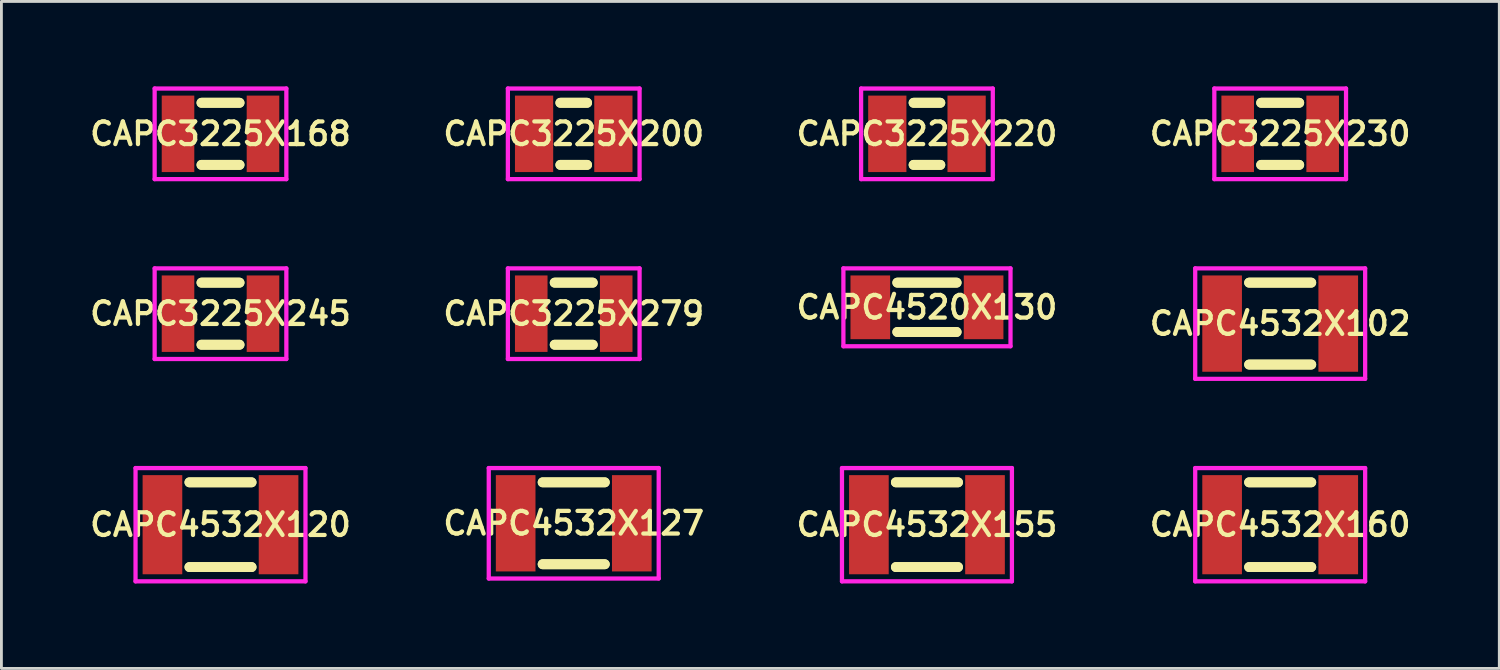
<source format=kicad_pcb>
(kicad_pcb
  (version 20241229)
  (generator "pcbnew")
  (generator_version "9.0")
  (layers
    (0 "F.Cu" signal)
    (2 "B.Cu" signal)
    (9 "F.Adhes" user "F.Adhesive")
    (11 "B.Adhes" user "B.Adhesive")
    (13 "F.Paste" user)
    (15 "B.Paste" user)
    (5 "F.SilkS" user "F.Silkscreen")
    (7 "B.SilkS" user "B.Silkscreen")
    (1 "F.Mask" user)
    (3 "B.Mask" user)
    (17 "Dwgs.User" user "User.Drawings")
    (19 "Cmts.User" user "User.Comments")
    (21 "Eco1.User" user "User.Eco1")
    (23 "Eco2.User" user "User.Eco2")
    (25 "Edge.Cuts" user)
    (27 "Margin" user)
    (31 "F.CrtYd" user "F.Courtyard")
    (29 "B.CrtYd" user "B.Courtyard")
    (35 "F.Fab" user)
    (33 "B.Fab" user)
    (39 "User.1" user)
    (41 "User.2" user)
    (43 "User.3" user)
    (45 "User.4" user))
  (footprint "CAPC4520X130"
    (layer "F.Cu")
    (at 29.677 7.8)
    (property "Reference" "CAPC4520X130" (at 0 0 0) (layer "F.SilkS") (effects (font (size 0.8 0.8) (thickness 0.15))))
    (attr smd)
    (fp_line (start -1.046 -0.871) (end 1.046 -0.871) (stroke (width 0.35) (type solid)) (layer "F.SilkS"))
    (fp_line (start -1.046 0.871) (end 1.046 0.871) (stroke (width 0.35) (type solid)) (layer "F.SilkS"))
    (fp_line (start 1.046 -0.871) (end -1.046 -0.871) (stroke (width 0.35) (type solid)) (layer "F.SilkS"))
    (fp_line (start 1.046 0.871) (end -1.046 0.871) (stroke (width 0.35) (type solid)) (layer "F.SilkS"))
    (fp_line (start -2.95 -1.375) (end 2.95 -1.375) (stroke (width 0.15) (type solid)) (layer "F.CrtYd"))
    (fp_line (start -2.95 1.375) (end -2.95 -1.375) (stroke (width 0.15) (type solid)) (layer "F.CrtYd"))
    (fp_line (start 2.95 -1.375) (end 2.95 1.375) (stroke (width 0.15) (type solid)) (layer "F.CrtYd"))
    (fp_line (start 2.95 1.375) (end -2.95 1.375) (stroke (width 0.15) (type solid)) (layer "F.CrtYd"))
    (pad "1" smd rect (at -2 0) (size 1.4 2.25) (layers "F.Cu" "F.Mask" "F.Paste"))
    (pad "2" smd rect (at 2 0) (size 1.4 2.25) (layers "F.Cu" "F.Mask" "F.Paste")))
  (footprint "CAPC3225X200"
    (layer "F.Cu")
    (at 17.206 1.675)
    (property "Reference" "CAPC3225X200" (at 0 0 0) (layer "F.SilkS") (effects (font (size 0.8 0.8) (thickness 0.15))))
    (attr smd)
    (fp_line (start -0.471 -1.096) (end 0.471 -1.096) (stroke (width 0.35) (type solid)) (layer "F.SilkS"))
    (fp_line (start -0.471 1.096) (end 0.471 1.096) (stroke (width 0.35) (type solid)) (layer "F.SilkS"))
    (fp_line (start 0.471 -1.096) (end -0.471 -1.096) (stroke (width 0.35) (type solid)) (layer "F.SilkS"))
    (fp_line (start 0.471 1.096) (end -0.471 1.096) (stroke (width 0.35) (type solid)) (layer "F.SilkS"))
    (fp_line (start -2.325 -1.6) (end 2.325 -1.6) (stroke (width 0.15) (type solid)) (layer "F.CrtYd"))
    (fp_line (start -2.325 1.6) (end -2.325 -1.6) (stroke (width 0.15) (type solid)) (layer "F.CrtYd"))
    (fp_line (start 2.325 -1.6) (end 2.325 1.6) (stroke (width 0.15) (type solid)) (layer "F.CrtYd"))
    (fp_line (start 2.325 1.6) (end -2.325 1.6) (stroke (width 0.15) (type solid)) (layer "F.CrtYd"))
    (pad "1" smd rect (at -1.4 0) (size 1.35 2.7) (layers "F.Cu" "F.Mask" "F.Paste"))
    (pad "2" smd rect (at 1.4 0) (size 1.35 2.7) (layers "F.Cu" "F.Mask" "F.Paste")))
  (footprint "CAPC4532X127"
    (layer "F.Cu")
    (at 17.206 15.425)
    (property "Reference" "CAPC4532X127" (at 0 0 0) (layer "F.SilkS") (effects (font (size 0.8 0.8) (thickness 0.15))))
    (attr through_hole)
    (fp_line (start -1.096 -1.446) (end 1.096 -1.446) (stroke (width 0.35) (type solid)) (layer "F.SilkS"))
    (fp_line (start -1.096 1.446) (end 1.096 1.446) (stroke (width 0.35) (type solid)) (layer "F.SilkS"))
    (fp_line (start 1.096 -1.446) (end -1.096 -1.446) (stroke (width 0.35) (type solid)) (layer "F.SilkS"))
    (fp_line (start 1.096 1.446) (end -1.096 1.446) (stroke (width 0.35) (type solid)) (layer "F.SilkS"))
    (fp_line (start -3 -1.95) (end 3 -1.95) (stroke (width 0.15) (type solid)) (layer "F.CrtYd"))
    (fp_line (start -3 1.95) (end -3 -1.95) (stroke (width 0.15) (type solid)) (layer "F.CrtYd"))
    (fp_line (start 3 -1.95) (end 3 1.95) (stroke (width 0.15) (type solid)) (layer "F.CrtYd"))
    (fp_line (start 3 1.95) (end -3 1.95) (stroke (width 0.15) (type solid)) (layer "F.CrtYd"))
    (pad "1" smd rect (at -2.05 0) (size 1.4 3.4) (layers "F.Cu" "F.Mask" "F.Paste"))
    (pad "2" smd rect (at 2.05 0) (size 1.4 3.4) (layers "F.Cu" "F.Mask" "F.Paste")))
  (footprint "CAPC4532X155"
    (layer "F.Cu")
    (at 29.677 15.475)
    (property "Reference" "CAPC4532X155" (at 0 0 0) (layer "F.SilkS") (effects (font (size 0.8 0.8) (thickness 0.15))))
    (attr through_hole)
    (fp_line (start -1.096 -1.496) (end 1.096 -1.496) (stroke (width 0.35) (type solid)) (layer "F.SilkS"))
    (fp_line (start -1.096 1.496) (end 1.096 1.496) (stroke (width 0.35) (type solid)) (layer "F.SilkS"))
    (fp_line (start 1.096 -1.496) (end -1.096 -1.496) (stroke (width 0.35) (type solid)) (layer "F.SilkS"))
    (fp_line (start 1.096 1.496) (end -1.096 1.496) (stroke (width 0.35) (type solid)) (layer "F.SilkS"))
    (fp_line (start -3 -2) (end 3 -2) (stroke (width 0.15) (type solid)) (layer "F.CrtYd"))
    (fp_line (start -3 2) (end -3 -2) (stroke (width 0.15) (type solid)) (layer "F.CrtYd"))
    (fp_line (start 3 -2) (end 3 2) (stroke (width 0.15) (type solid)) (layer "F.CrtYd"))
    (fp_line (start 3 2) (end -3 2) (stroke (width 0.15) (type solid)) (layer "F.CrtYd"))
    (pad "1" smd rect (at -2.05 0) (size 1.4 3.5) (layers "F.Cu" "F.Mask" "F.Paste"))
    (pad "2" smd rect (at 2.05 0) (size 1.4 3.5) (layers "F.Cu" "F.Mask" "F.Paste")))
  (footprint "CAPC3225X245"
    (layer "F.Cu")
    (at 4.735 8.025)
    (property "Reference" "CAPC3225X245" (at 0 0 0) (layer "F.SilkS") (effects (font (size 0.8 0.8) (thickness 0.15))))
    (attr smd)
    (fp_line (start -0.671 -1.096) (end 0.671 -1.096) (stroke (width 0.35) (type solid)) (layer "F.SilkS"))
    (fp_line (start -0.671 1.096) (end 0.671 1.096) (stroke (width 0.35) (type solid)) (layer "F.SilkS"))
    (fp_line (start 0.671 -1.096) (end -0.671 -1.096) (stroke (width 0.35) (type solid)) (layer "F.SilkS"))
    (fp_line (start 0.671 1.096) (end -0.671 1.096) (stroke (width 0.35) (type solid)) (layer "F.SilkS"))
    (fp_line (start -2.325 -1.6) (end 2.325 -1.6) (stroke (width 0.15) (type solid)) (layer "F.CrtYd"))
    (fp_line (start -2.325 1.6) (end -2.325 -1.6) (stroke (width 0.15) (type solid)) (layer "F.CrtYd"))
    (fp_line (start 2.325 -1.6) (end 2.325 1.6) (stroke (width 0.15) (type solid)) (layer "F.CrtYd"))
    (fp_line (start 2.325 1.6) (end -2.325 1.6) (stroke (width 0.15) (type solid)) (layer "F.CrtYd"))
    (pad "1" smd rect (at -1.5 0) (size 1.15 2.7) (layers "F.Cu" "F.Mask" "F.Paste"))
    (pad "2" smd rect (at 1.5 0) (size 1.15 2.7) (layers "F.Cu" "F.Mask" "F.Paste")))
  (footprint "CAPC3225X279"
    (layer "F.Cu")
    (at 17.206 8.025)
    (property "Reference" "CAPC3225X279" (at 0 0 0) (layer "F.SilkS") (effects (font (size 0.8 0.8) (thickness 0.15))))
    (attr smd)
    (fp_line (start -0.671 -1.096) (end 0.671 -1.096) (stroke (width 0.35) (type solid)) (layer "F.SilkS"))
    (fp_line (start -0.671 1.096) (end 0.671 1.096) (stroke (width 0.35) (type solid)) (layer "F.SilkS"))
    (fp_line (start 0.671 -1.096) (end -0.671 -1.096) (stroke (width 0.35) (type solid)) (layer "F.SilkS"))
    (fp_line (start 0.671 1.096) (end -0.671 1.096) (stroke (width 0.35) (type solid)) (layer "F.SilkS"))
    (fp_line (start -2.325 -1.6) (end 2.325 -1.6) (stroke (width 0.15) (type solid)) (layer "F.CrtYd"))
    (fp_line (start -2.325 1.6) (end -2.325 -1.6) (stroke (width 0.15) (type solid)) (layer "F.CrtYd"))
    (fp_line (start 2.325 -1.6) (end 2.325 1.6) (stroke (width 0.15) (type solid)) (layer "F.CrtYd"))
    (fp_line (start 2.325 1.6) (end -2.325 1.6) (stroke (width 0.15) (type solid)) (layer "F.CrtYd"))
    (pad "1" smd rect (at -1.5 0) (size 1.15 2.7) (layers "F.Cu" "F.Mask" "F.Paste"))
    (pad "2" smd rect (at 1.5 0) (size 1.15 2.7) (layers "F.Cu" "F.Mask" "F.Paste")))
  (footprint "CAPC3225X220"
    (layer "F.Cu")
    (at 29.677 1.675)
    (property "Reference" "CAPC3225X220" (at 0 0 0) (layer "F.SilkS") (effects (font (size 0.8 0.8) (thickness 0.15))))
    (attr through_hole)
    (fp_line (start -0.471 -1.096) (end 0.471 -1.096) (stroke (width 0.35) (type solid)) (layer "F.SilkS"))
    (fp_line (start -0.471 1.096) (end 0.471 1.096) (stroke (width 0.35) (type solid)) (layer "F.SilkS"))
    (fp_line (start 0.471 -1.096) (end -0.471 -1.096) (stroke (width 0.35) (type solid)) (layer "F.SilkS"))
    (fp_line (start 0.471 1.096) (end -0.471 1.096) (stroke (width 0.35) (type solid)) (layer "F.SilkS"))
    (fp_line (start -2.325 -1.6) (end 2.325 -1.6) (stroke (width 0.15) (type solid)) (layer "F.CrtYd"))
    (fp_line (start -2.325 1.6) (end -2.325 -1.6) (stroke (width 0.15) (type solid)) (layer "F.CrtYd"))
    (fp_line (start 2.325 -1.6) (end 2.325 1.6) (stroke (width 0.15) (type solid)) (layer "F.CrtYd"))
    (fp_line (start 2.325 1.6) (end -2.325 1.6) (stroke (width 0.15) (type solid)) (layer "F.CrtYd"))
    (pad "1" smd rect (at -1.4 0) (size 1.35 2.7) (layers "F.Cu" "F.Mask" "F.Paste"))
    (pad "2" smd rect (at 1.4 0) (size 1.35 2.7) (layers "F.Cu" "F.Mask" "F.Paste")))
  (footprint "CAPC4532X160"
    (layer "F.Cu")
    (at 42.148 15.475)
    (property "Reference" "CAPC4532X160" (at 0 0 0) (layer "F.SilkS") (effects (font (size 0.8 0.8) (thickness 0.15))))
    (attr through_hole)
    (fp_line (start -1.096 -1.496) (end 1.096 -1.496) (stroke (width 0.35) (type solid)) (layer "F.SilkS"))
    (fp_line (start -1.096 1.496) (end 1.096 1.496) (stroke (width 0.35) (type solid)) (layer "F.SilkS"))
    (fp_line (start 1.096 -1.496) (end -1.096 -1.496) (stroke (width 0.35) (type solid)) (layer "F.SilkS"))
    (fp_line (start 1.096 1.496) (end -1.096 1.496) (stroke (width 0.35) (type solid)) (layer "F.SilkS"))
    (fp_line (start -3 -2) (end 3 -2) (stroke (width 0.15) (type solid)) (layer "F.CrtYd"))
    (fp_line (start -3 2) (end -3 -2) (stroke (width 0.15) (type solid)) (layer "F.CrtYd"))
    (fp_line (start 3 -2) (end 3 2) (stroke (width 0.15) (type solid)) (layer "F.CrtYd"))
    (fp_line (start 3 2) (end -3 2) (stroke (width 0.15) (type solid)) (layer "F.CrtYd"))
    (pad "1" smd rect (at -2.05 0) (size 1.4 3.5) (layers "F.Cu" "F.Mask" "F.Paste"))
    (pad "2" smd rect (at 2.05 0) (size 1.4 3.5) (layers "F.Cu" "F.Mask" "F.Paste")))
  (footprint "CAPC4532X120"
    (layer "F.Cu")
    (at 4.735 15.475)
    (property "Reference" "CAPC4532X120" (at 0 0 0) (layer "F.SilkS") (effects (font (size 0.8 0.8) (thickness 0.15))))
    (attr through_hole)
    (fp_line (start -1.096 -1.496) (end 1.096 -1.496) (stroke (width 0.35) (type solid)) (layer "F.SilkS"))
    (fp_line (start -1.096 1.496) (end 1.096 1.496) (stroke (width 0.35) (type solid)) (layer "F.SilkS"))
    (fp_line (start 1.096 -1.496) (end -1.096 -1.496) (stroke (width 0.35) (type solid)) (layer "F.SilkS"))
    (fp_line (start 1.096 1.496) (end -1.096 1.496) (stroke (width 0.35) (type solid)) (layer "F.SilkS"))
    (fp_line (start -3 -2) (end 3 -2) (stroke (width 0.15) (type solid)) (layer "F.CrtYd"))
    (fp_line (start -3 2) (end -3 -2) (stroke (width 0.15) (type solid)) (layer "F.CrtYd"))
    (fp_line (start 3 -2) (end 3 2) (stroke (width 0.15) (type solid)) (layer "F.CrtYd"))
    (fp_line (start 3 2) (end -3 2) (stroke (width 0.15) (type solid)) (layer "F.CrtYd"))
    (pad "1" smd rect (at -2.05 0) (size 1.4 3.5) (layers "F.Cu" "F.Mask" "F.Paste"))
    (pad "2" smd rect (at 2.05 0) (size 1.4 3.5) (layers "F.Cu" "F.Mask" "F.Paste")))
  (footprint "CAPC4532X102"
    (layer "F.Cu")
    (at 42.148 8.375)
    (property "Reference" "CAPC4532X102" (at 0 0 0) (layer "F.SilkS") (effects (font (size 0.8 0.8) (thickness 0.15))))
    (attr smd)
    (fp_line (start -1.096 -1.446) (end 1.096 -1.446) (stroke (width 0.35) (type solid)) (layer "F.SilkS"))
    (fp_line (start -1.096 1.446) (end 1.096 1.446) (stroke (width 0.35) (type solid)) (layer "F.SilkS"))
    (fp_line (start 1.096 -1.446) (end -1.096 -1.446) (stroke (width 0.35) (type solid)) (layer "F.SilkS"))
    (fp_line (start 1.096 1.446) (end -1.096 1.446) (stroke (width 0.35) (type solid)) (layer "F.SilkS"))
    (fp_line (start -3 -1.95) (end 3 -1.95) (stroke (width 0.15) (type solid)) (layer "F.CrtYd"))
    (fp_line (start -3 1.95) (end -3 -1.95) (stroke (width 0.15) (type solid)) (layer "F.CrtYd"))
    (fp_line (start 3 -1.95) (end 3 1.95) (stroke (width 0.15) (type solid)) (layer "F.CrtYd"))
    (fp_line (start 3 1.95) (end -3 1.95) (stroke (width 0.15) (type solid)) (layer "F.CrtYd"))
    (pad "1" smd rect (at -2.05 0) (size 1.4 3.4) (layers "F.Cu" "F.Mask" "F.Paste"))
    (pad "2" smd rect (at 2.05 0) (size 1.4 3.4) (layers "F.Cu" "F.Mask" "F.Paste")))
  (footprint "CAPC3225X230"
    (layer "F.Cu")
    (at 42.148 1.675)
    (property "Reference" "CAPC3225X230" (at 0 0 0) (layer "F.SilkS") (effects (font (size 0.8 0.8) (thickness 0.15))))
    (attr smd)
    (fp_line (start -0.671 -1.096) (end 0.671 -1.096) (stroke (width 0.35) (type solid)) (layer "F.SilkS"))
    (fp_line (start -0.671 1.096) (end 0.671 1.096) (stroke (width 0.35) (type solid)) (layer "F.SilkS"))
    (fp_line (start 0.671 -1.096) (end -0.671 -1.096) (stroke (width 0.35) (type solid)) (layer "F.SilkS"))
    (fp_line (start 0.671 1.096) (end -0.671 1.096) (stroke (width 0.35) (type solid)) (layer "F.SilkS"))
    (fp_line (start -2.325 -1.6) (end 2.325 -1.6) (stroke (width 0.15) (type solid)) (layer "F.CrtYd"))
    (fp_line (start -2.325 1.6) (end -2.325 -1.6) (stroke (width 0.15) (type solid)) (layer "F.CrtYd"))
    (fp_line (start 2.325 -1.6) (end 2.325 1.6) (stroke (width 0.15) (type solid)) (layer "F.CrtYd"))
    (fp_line (start 2.325 1.6) (end -2.325 1.6) (stroke (width 0.15) (type solid)) (layer "F.CrtYd"))
    (pad "1" smd rect (at -1.5 0) (size 1.15 2.7) (layers "F.Cu" "F.Mask" "F.Paste"))
    (pad "2" smd rect (at 1.5 0) (size 1.15 2.7) (layers "F.Cu" "F.Mask" "F.Paste")))
  (footprint "CAPC3225X168"
    (layer "F.Cu")
    (at 4.735 1.675)
    (property "Reference" "CAPC3225X168" (at 0 0 0) (layer "F.SilkS") (effects (font (size 0.8 0.8) (thickness 0.15))))
    (attr smd)
    (fp_line (start -0.671 -1.096) (end 0.671 -1.096) (stroke (width 0.35) (type solid)) (layer "F.SilkS"))
    (fp_line (start -0.671 1.096) (end 0.671 1.096) (stroke (width 0.35) (type solid)) (layer "F.SilkS"))
    (fp_line (start 0.671 -1.096) (end -0.671 -1.096) (stroke (width 0.35) (type solid)) (layer "F.SilkS"))
    (fp_line (start 0.671 1.096) (end -0.671 1.096) (stroke (width 0.35) (type solid)) (layer "F.SilkS"))
    (fp_line (start -2.325 -1.6) (end 2.325 -1.6) (stroke (width 0.15) (type solid)) (layer "F.CrtYd"))
    (fp_line (start -2.325 1.6) (end -2.325 -1.6) (stroke (width 0.15) (type solid)) (layer "F.CrtYd"))
    (fp_line (start 2.325 -1.6) (end 2.325 1.6) (stroke (width 0.15) (type solid)) (layer "F.CrtYd"))
    (fp_line (start 2.325 1.6) (end -2.325 1.6) (stroke (width 0.15) (type solid)) (layer "F.CrtYd"))
    (pad "1" smd rect (at -1.5 0) (size 1.15 2.7) (layers "F.Cu" "F.Mask" "F.Paste"))
    (pad "2" smd rect (at 1.5 0) (size 1.15 2.7) (layers "F.Cu" "F.Mask" "F.Paste")))
  (gr_rect
    (start -3 -3)
    (end 49.884 20.55)
    (stroke (width 0.1) (type default))
    (fill no)
    (layer "Edge.Cuts")))
</source>
